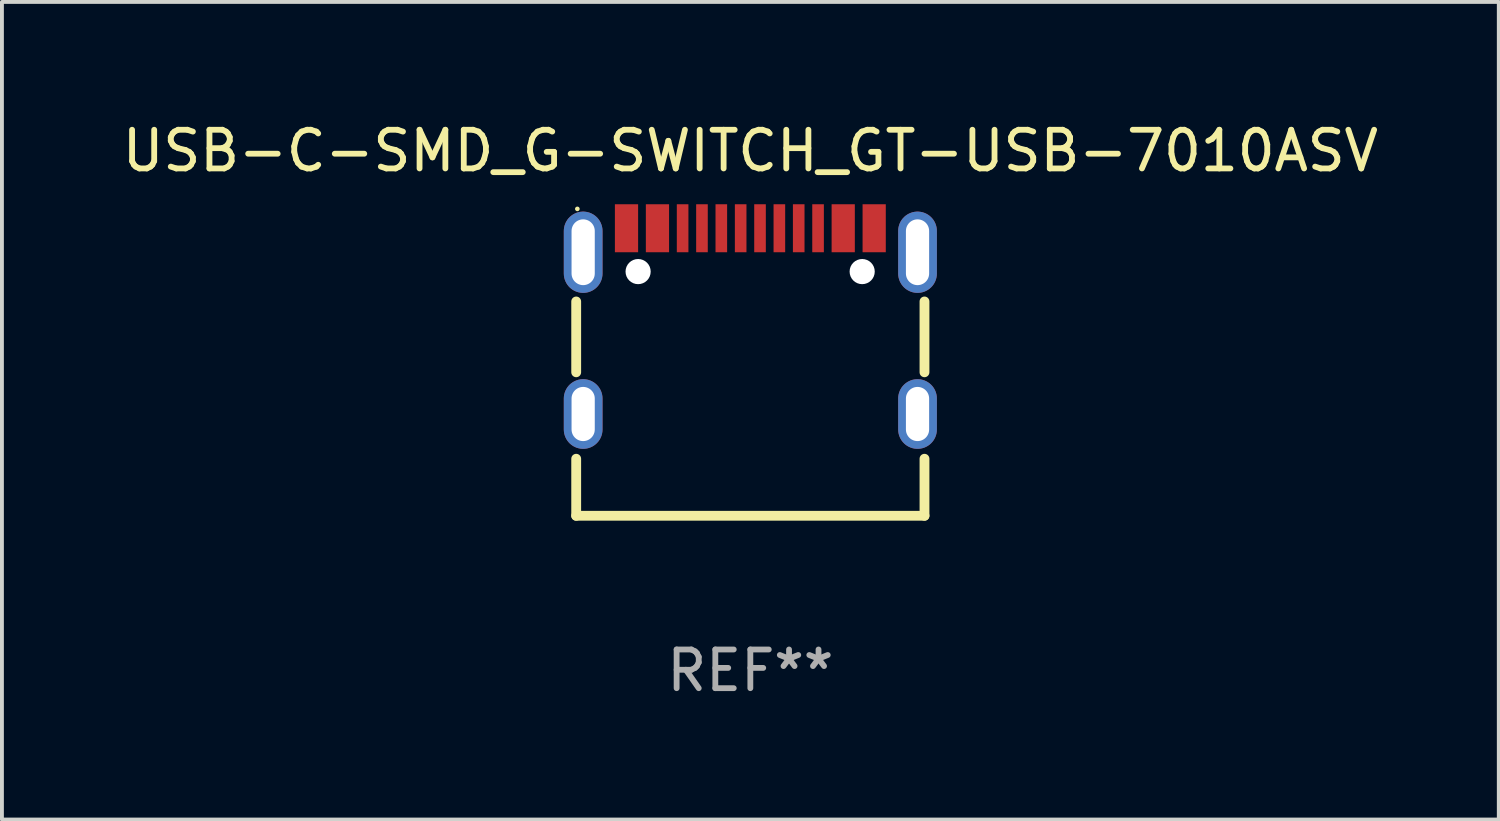
<source format=kicad_pcb>
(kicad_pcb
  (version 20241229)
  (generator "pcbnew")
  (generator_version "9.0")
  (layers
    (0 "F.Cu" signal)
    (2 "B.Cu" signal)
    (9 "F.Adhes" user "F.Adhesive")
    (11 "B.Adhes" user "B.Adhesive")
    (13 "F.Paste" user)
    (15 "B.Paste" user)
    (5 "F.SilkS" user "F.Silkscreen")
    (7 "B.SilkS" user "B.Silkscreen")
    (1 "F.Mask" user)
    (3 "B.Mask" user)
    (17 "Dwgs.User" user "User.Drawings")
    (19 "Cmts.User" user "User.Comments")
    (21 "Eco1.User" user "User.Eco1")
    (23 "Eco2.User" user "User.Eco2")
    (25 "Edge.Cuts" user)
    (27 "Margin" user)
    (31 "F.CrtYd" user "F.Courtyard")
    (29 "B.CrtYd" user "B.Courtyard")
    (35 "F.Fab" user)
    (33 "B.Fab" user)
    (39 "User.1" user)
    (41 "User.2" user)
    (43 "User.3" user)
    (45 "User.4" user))
  (footprint "USB-C-SMD_G-SWITCH_GT-USB-7010ASV"
    (layer "F.Cu")
    (at 16.339 5.248)
    (property "Reference" "USB-C-SMD_G-SWITCH_GT-USB-7010ASV" (at -0.000038 -4.4 0) (layer "F.SilkS") (effects (font (size 1 1) (thickness 0.15))))
    (attr through_hole)
    (fp_line (start -4.5 1.322) (end -4.5 -0.508) (stroke (width 0.254) (type solid)) (layer "F.SilkS"))
    (fp_line (start -4.5 5.03) (end -4.5 3.556) (stroke (width 0.254) (type solid)) (layer "F.SilkS"))
    (fp_line (start 4.5 1.322) (end 4.5 -0.508) (stroke (width 0.254) (type solid)) (layer "F.SilkS"))
    (fp_line (start 4.5 5.03) (end -4.5 5.03) (stroke (width 0.254) (type solid)) (layer "F.SilkS"))
    (fp_line (start 4.5 5.03) (end 4.5 3.556) (stroke (width 0.254) (type solid)) (layer "F.SilkS"))
    (fp_circle (center -4.47 -2.9) (end -4.44 -2.9) (stroke (width 0.06) (type solid)) (fill no) (layer "F.SilkS"))
    (fp_circle (center -2.9 -1.28) (end -2.775 -1.28) (stroke (width 0.25) (type solid)) (fill no) (layer "F.Fab"))
    (fp_circle (center 2.89 -1.28) (end 3.015 -1.28) (stroke (width 0.25) (type solid)) (fill no) (layer "F.Fab"))
    (fp_text user "REF**" (at -0.000038 9.03 0) (layer "F.Fab") (effects (font (size 1 1) (thickness 0.15))))
    (pad "" np_thru_hole circle (at -2.9 -1.28) (size 0.65 0.65) (drill 0.65) (layers "*.Cu" "*.Mask"))
    (pad "" np_thru_hole circle (at 2.89 -1.28) (size 0.65 0.65) (drill 0.65) (layers "*.Cu" "*.Mask"))
    (pad "1" thru_hole oval (at -4.32 -1.78) (size 1 2.1) (drill oval 0.6 1.7) (layers "*.Cu" "*.Mask"))
    (pad "2" thru_hole oval (at 4.32 -1.78) (size 1 2.1) (drill oval 0.6 1.7) (layers "*.Cu" "*.Mask"))
    (pad "3" thru_hole oval (at 4.32 2.4) (size 1 1.8) (drill oval 0.6 1.4) (layers "*.Cu" "*.Mask"))
    (pad "4" thru_hole oval (at -4.32 2.4) (size 1 1.8) (drill oval 0.6 1.4) (layers "*.Cu" "*.Mask"))
    (pad "A1B12" smd rect (at -3.2 -2.4) (size 0.6 1.24) (layers "F.Cu" "F.Mask" "F.Paste"))
    (pad "A4B9" smd rect (at -2.4 -2.4) (size 0.6 1.24) (layers "F.Cu" "F.Mask" "F.Paste"))
    (pad "A5" smd rect (at -1.25 -2.4) (size 0.3 1.24) (layers "F.Cu" "F.Mask" "F.Paste"))
    (pad "A6" smd rect (at -0.25 -2.4) (size 0.3 1.24) (layers "F.Cu" "F.Mask" "F.Paste"))
    (pad "A7" smd rect (at 0.25 -2.4) (size 0.3 1.24) (layers "F.Cu" "F.Mask" "F.Paste"))
    (pad "A8" smd rect (at 1.25 -2.4) (size 0.3 1.24) (layers "F.Cu" "F.Mask" "F.Paste"))
    (pad "B1A12" smd rect (at 3.2 -2.4) (size 0.6 1.24) (layers "F.Cu" "F.Mask" "F.Paste"))
    (pad "B4A9" smd rect (at 2.4 -2.4) (size 0.6 1.24) (layers "F.Cu" "F.Mask" "F.Paste"))
    (pad "B5" smd rect (at 1.75 -2.4) (size 0.3 1.24) (layers "F.Cu" "F.Mask" "F.Paste"))
    (pad "B6" smd rect (at 0.75 -2.4) (size 0.3 1.24) (layers "F.Cu" "F.Mask" "F.Paste"))
    (pad "B7" smd rect (at -0.75 -2.4) (size 0.3 1.24) (layers "F.Cu" "F.Mask" "F.Paste"))
    (pad "B8" smd rect (at -1.75 -2.4) (size 0.3 1.24) (layers "F.Cu" "F.Mask" "F.Paste")))
  (gr_rect
    (start -3 -3)
    (end 35.679 18.127)
    (stroke (width 0.1) (type default))
    (fill no)
    (layer "Edge.Cuts")))
</source>
